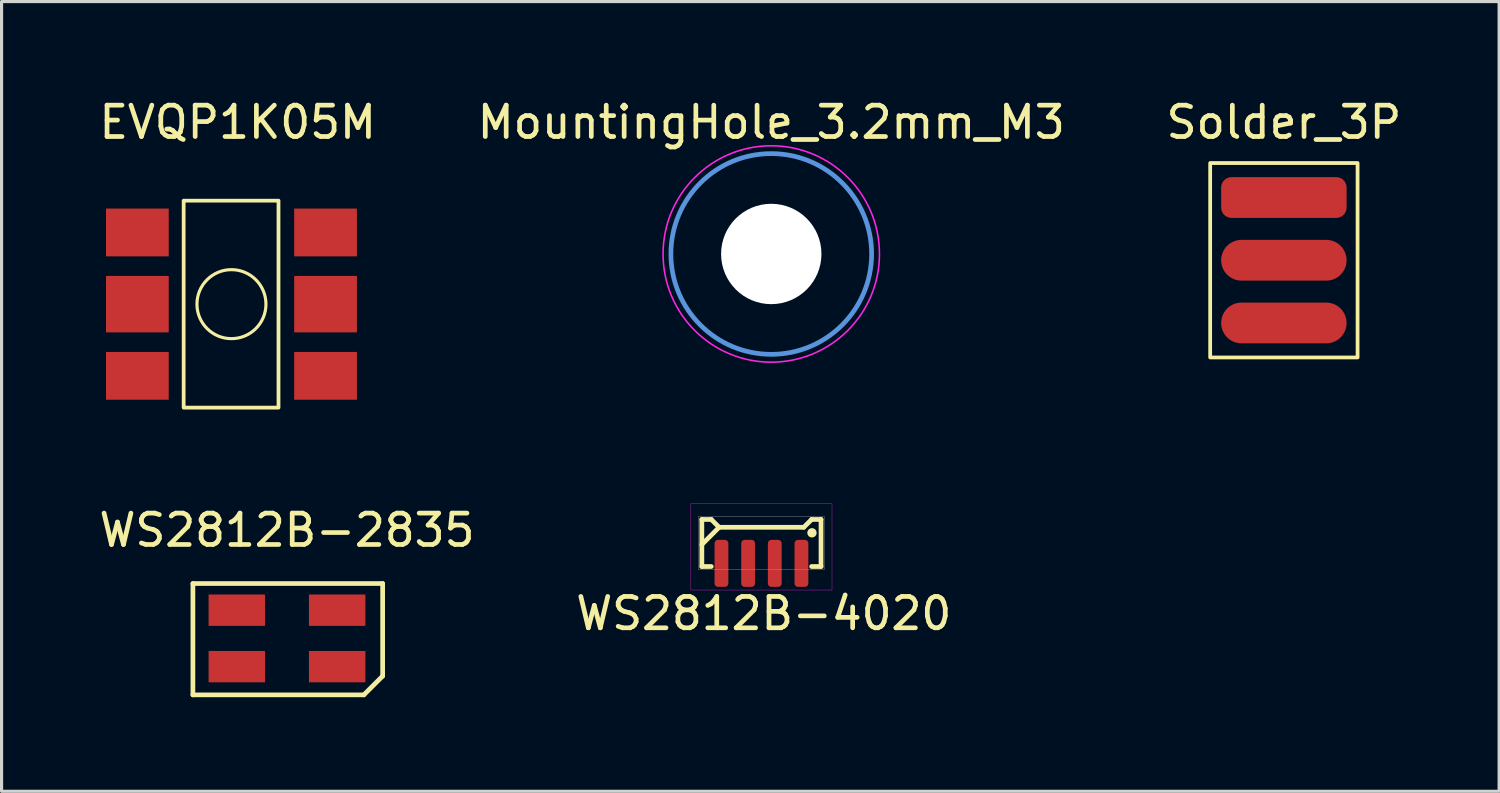
<source format=kicad_pcb>
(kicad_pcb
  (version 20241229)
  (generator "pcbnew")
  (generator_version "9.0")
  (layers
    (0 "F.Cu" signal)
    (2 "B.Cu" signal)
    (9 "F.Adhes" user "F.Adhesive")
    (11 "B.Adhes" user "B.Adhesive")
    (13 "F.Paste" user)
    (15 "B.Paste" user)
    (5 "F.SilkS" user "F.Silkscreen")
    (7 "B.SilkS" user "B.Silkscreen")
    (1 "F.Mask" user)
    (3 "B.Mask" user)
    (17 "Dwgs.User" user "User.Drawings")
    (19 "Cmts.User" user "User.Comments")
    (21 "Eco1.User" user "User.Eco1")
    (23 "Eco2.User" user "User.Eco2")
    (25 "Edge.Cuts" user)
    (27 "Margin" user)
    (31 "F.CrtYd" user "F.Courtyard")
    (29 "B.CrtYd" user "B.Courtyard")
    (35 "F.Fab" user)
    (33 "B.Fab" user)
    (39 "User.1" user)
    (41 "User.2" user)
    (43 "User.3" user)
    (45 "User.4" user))
  (footprint "MountingHole_3.2mm_M3"
    (layer "F.Cu")
    (at 21.542 5.048)
    (property "Reference" "MountingHole_3.2mm_M3" (at 0 -4.2 0) (layer "F.SilkS") (effects (font (size 1 1) (thickness 0.15))))
    (attr exclude_from_pos_files exclude_from_bom)
    (fp_circle (center 0 0) (end 3.2 0) (stroke (width 0.15) (type solid)) (fill no) (layer "Cmts.User"))
    (fp_circle (center 0 0) (end 3.45 0) (stroke (width 0.05) (type solid)) (fill no) (layer "F.CrtYd"))
    (pad "" np_thru_hole circle (at 0 0) (size 3.2 3.2) (drill 3.2) (layers "*.Cu" "*.Mask")))
  (footprint "WS2812B-2835"
    (layer "F.Cu")
    (at 6.101 17.306)
    (property "Reference" "WS2812B-2835" (at 0 -3.45 0) (unlocked yes) (layer "F.SilkS") (effects (font (size 1 1) (thickness 0.15))))
    (attr through_hole)
    (fp_line (start -3 -1.75) (end -3 1.8) (stroke (width 0.15) (type solid)) (layer "F.SilkS"))
    (fp_line (start -3 -1.75) (end 3.05 -1.75) (stroke (width 0.15) (type solid)) (layer "F.SilkS"))
    (fp_line (start -3 1.8) (end 2.45 1.8) (stroke (width 0.15) (type solid)) (layer "F.SilkS"))
    (fp_line (start 2.45 1.8) (end 3.05 1.2) (stroke (width 0.15) (type solid)) (layer "F.SilkS"))
    (fp_line (start 3.05 -1.75) (end 3.05 1.2) (stroke (width 0.15) (type solid)) (layer "F.SilkS"))
    (pad "G" smd rect (at 1.6 0.9) (size 1.8 1) (layers "F.Cu" "F.Mask" "F.Paste"))
    (pad "I" smd rect (at 1.6 -0.9) (size 1.8 1) (layers "F.Cu" "F.Mask" "F.Paste"))
    (pad "O" smd rect (at -1.6 0.9) (size 1.8 1) (layers "F.Cu" "F.Mask" "F.Paste"))
    (pad "V" smd rect (at -1.6 -0.9) (size 1.8 1) (layers "F.Cu" "F.Mask" "F.Paste")))
  (footprint "Solder_3P"
    (layer "F.Cu")
    (at 37.887 5.248)
    (property "Reference" "Solder_3P" (at 0 -4.4 0) (layer "F.SilkS") (effects (font (size 1 1) (thickness 0.15))))
    (attr through_hole)
    (fp_rect (start -2.35 -3.1) (end 2.35 3.1) (stroke (width 0.12) (type solid)) (fill no) (layer "F.SilkS"))
    (pad "1" smd roundrect (at 0 -2) (size 4 1.3) (layers "F.Cu" "F.Mask" "F.Paste") (roundrect_rratio 0.25))
    (pad "2" smd oval (at 0 0) (size 4 1.3) (layers "F.Cu" "F.Mask" "F.Paste"))
    (pad "3" smd oval (at 0 2) (size 4 1.3) (layers "F.Cu" "F.Mask" "F.Paste")))
  (footprint "EVQP1K05M"
    (layer "F.Cu")
    (at 4.33 6.648)
    (property "Reference" "EVQP1K05M" (at 0.2 -5.8 0) (layer "F.SilkS") (effects (font (size 1 1) (thickness 0.15))))
    (attr smd)
    (fp_rect (start -1.524 -3.3) (end 1.5 3.3) (stroke (width 0.12) (type solid)) (fill no) (layer "F.SilkS"))
    (fp_circle (center 0 0) (end 1.1 0) (stroke (width 0.1) (type solid)) (fill no) (layer "F.SilkS"))
    (pad "1" smd rect (at -3 -2.286 180) (size 2 1.524) (layers "F.Cu" "F.Mask" "F.Paste"))
    (pad "1" smd rect (at -3 0 180) (size 2 1.8) (layers "F.Cu" "F.Mask" "F.Paste"))
    (pad "1" smd rect (at 3 -2.286 180) (size 2 1.524) (layers "F.Cu" "F.Mask" "F.Paste"))
    (pad "2" smd rect (at -3 2.286 180) (size 2 1.524) (layers "F.Cu" "F.Mask" "F.Paste"))
    (pad "2" smd rect (at 3 0 180) (size 2 1.8) (layers "F.Cu" "F.Mask" "F.Paste"))
    (pad "2" smd rect (at 3 2.286 180) (size 2 1.524) (layers "F.Cu" "F.Mask" "F.Paste")))
  (footprint "WS2812B-4020"
    (layer "F.Cu")
    (at 21.229 14.263)
    (property "Reference" "WS2812B-4020" (at 0.075 2.25 0) (unlocked yes) (layer "F.SilkS") (effects (font (size 1 1) (thickness 0.15))))
    (attr through_hole)
    (fp_line (start -1.9 -0.75) (end -1.6 -0.75) (stroke (width 0.15) (type solid)) (layer "F.SilkS"))
    (fp_line (start -1.9 0.75) (end -1.9 -0.75) (stroke (width 0.15) (type solid)) (layer "F.SilkS"))
    (fp_line (start -1.9 0.75) (end -1.6 0.75) (stroke (width 0.15) (type solid)) (layer "F.SilkS"))
    (fp_line (start -1.6 -0.75) (end -1.35 -0.5) (stroke (width 0.15) (type solid)) (layer "F.SilkS"))
    (fp_line (start -1.35 -0.5) (end -1.9 0.05) (stroke (width 0.15) (type solid)) (layer "F.SilkS"))
    (fp_line (start -1.35 -0.5) (end 1.35 -0.5) (stroke (width 0.15) (type solid)) (layer "F.SilkS"))
    (fp_line (start 1.6 -0.75) (end 1.35 -0.5) (stroke (width 0.15) (type solid)) (layer "F.SilkS"))
    (fp_line (start 1.9 -0.75) (end 1.6 -0.75) (stroke (width 0.15) (type solid)) (layer "F.SilkS"))
    (fp_line (start 1.9 -0.75) (end 1.9 0.75) (stroke (width 0.15) (type solid)) (layer "F.SilkS"))
    (fp_line (start 1.9 0.75) (end 1.6 0.75) (stroke (width 0.15) (type solid)) (layer "F.SilkS"))
    (fp_circle (center 1.611 -0.324) (end 1.686 -0.324) (stroke (width 0.15) (type solid)) (fill no) (layer "F.SilkS"))
    (fp_line (start -2.25 -1.25) (end -2.25 1.25) (stroke (width 0.01) (type solid)) (layer "F.CrtYd"))
    (fp_line (start -2.25 1.25) (end -2.25 1.5) (stroke (width 0.01) (type solid)) (layer "F.CrtYd"))
    (fp_line (start -2.25 1.5) (end 2.25 1.5) (stroke (width 0.01) (type solid)) (layer "F.CrtYd"))
    (fp_line (start 2.25 -1.25) (end -2.25 -1.25) (stroke (width 0.01) (type solid)) (layer "F.CrtYd"))
    (fp_line (start 2.25 1.5) (end 2.25 -1.25) (stroke (width 0.01) (type solid)) (layer "F.CrtYd"))
    (fp_line (start -2 -0.85) (end -2 0.85) (stroke (width 0.01) (type solid)) (layer "F.Fab"))
    (fp_line (start -2 0.85) (end 2 0.85) (stroke (width 0.01) (type solid)) (layer "F.Fab"))
    (fp_line (start 2 -0.85) (end -2 -0.85) (stroke (width 0.01) (type solid)) (layer "F.Fab"))
    (fp_line (start 2 0.85) (end 2 -0.85) (stroke (width 0.01) (type solid)) (layer "F.Fab"))
    (pad "G" smd roundrect (at -1.275 0.65) (size 0.44 1.5) (layers "F.Cu" "F.Mask" "F.Paste") (roundrect_rratio 0.25))
    (pad "I" smd roundrect (at 1.275 0.65) (size 0.44 1.5) (layers "F.Cu" "F.Mask" "F.Paste") (roundrect_rratio 0.25))
    (pad "O" smd roundrect (at -0.425 0.65) (size 0.44 1.5) (layers "F.Cu" "F.Mask" "F.Paste") (roundrect_rratio 0.25))
    (pad "V" smd roundrect (at 0.425 0.65) (size 0.44 1.5) (layers "F.Cu" "F.Mask" "F.Paste") (roundrect_rratio 0.25)))
  (gr_rect
    (start -3 -3)
    (end 44.75 22.181)
    (stroke (width 0.1) (type default))
    (fill no)
    (layer "Edge.Cuts")))
</source>
